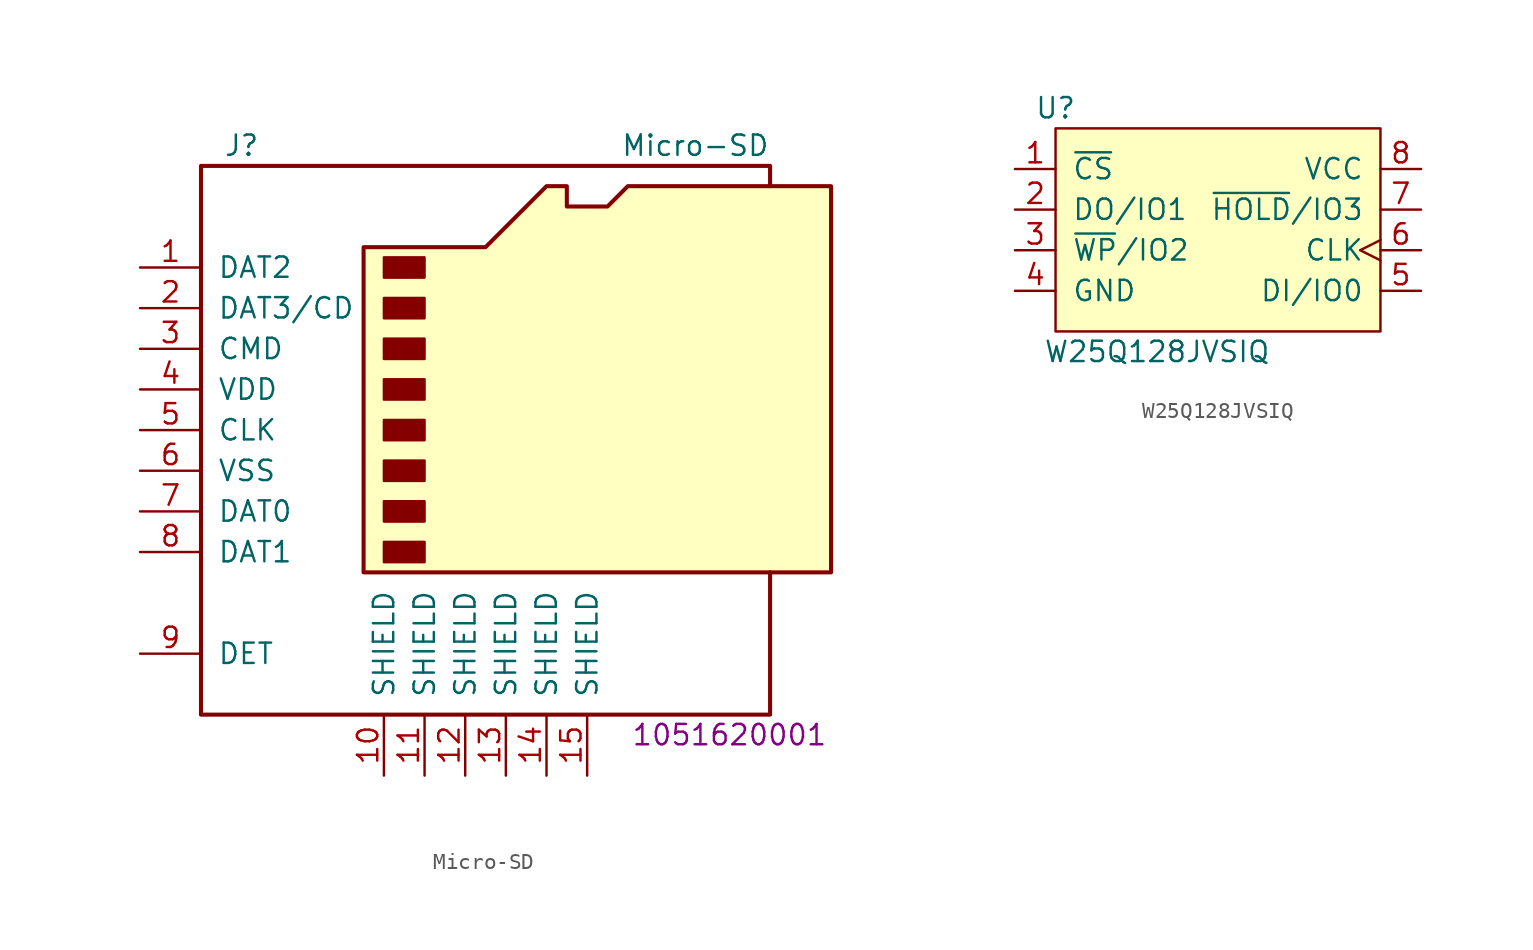
<source format=kicad_sym>
(kicad_symbol_lib
  (version 20211014)
  (generator kicad_symbol_editor)
  (symbol "Micro-SD"
    (pin_names
      (offset 1.016))
    (property "Reference" "J"
      (at -16.51 17.78 0)
      (effects (font (size 1.27 1.27))))
    (property "Value" "Micro-SD"
      (at 16.51 17.78 0)
      (effects (font (size 1.27 1.27)) (justify right)))
    (property "PartNumber" "1051620001"
      (at 13.97 -19.05 0)
      (effects (font (size 1.27 1.27))))
    (symbol "Micro-SD_0_1"
      (rectangle (start -7.62 -6.985) (end -5.08 -8.255) (stroke (width 0) (type default) (color 0 0 0 0)) (fill (type outline)))
      (rectangle (start -7.62 -4.445) (end -5.08 -5.715) (stroke (width 0) (type default) (color 0 0 0 0)) (fill (type outline)))
      (rectangle (start -7.62 -1.905) (end -5.08 -3.175) (stroke (width 0) (type default) (color 0 0 0 0)) (fill (type outline)))
      (rectangle (start -7.62 0.635) (end -5.08 -0.635) (stroke (width 0) (type default) (color 0 0 0 0)) (fill (type outline)))
      (rectangle (start -7.62 3.175) (end -5.08 1.905) (stroke (width 0) (type default) (color 0 0 0 0)) (fill (type outline)))
      (rectangle (start -7.62 5.715) (end -5.08 4.445) (stroke (width 0) (type default) (color 0 0 0 0)) (fill (type outline)))
      (rectangle (start -7.62 8.255) (end -5.08 6.985) (stroke (width 0) (type default) (color 0 0 0 0)) (fill (type outline)))
      (rectangle (start -7.62 10.795) (end -5.08 9.525) (stroke (width 0) (type default) (color 0 0 0 0)) (fill (type outline)))
      (polyline (pts (xy 16.51 15.24) (xy 16.51 16.51) (xy -19.05 16.51) (xy -19.05 -17.78) (xy 16.51 -17.78) (xy 16.51 -8.89)) (stroke (width 0.254) (type default) (color 0 0 0 0)) (fill (type none)))
      (polyline (pts (xy -8.89 -8.89) (xy -8.89 11.43) (xy -1.27 11.43) (xy 2.54 15.24) (xy 3.81 15.24) (xy 3.81 13.97) (xy 6.35 13.97) (xy 7.62 15.24) (xy 20.32 15.24) (xy 20.32 -8.89) (xy -8.89 -8.89)) (stroke (width 0.254) (type default) (color 0 0 0 0)) (fill (type background))))
    (symbol "Micro-SD_1_1"
      (pin bidirectional line (at -22.86 10.16 0) (length 3.81) (name "DAT2" (effects (font (size 1.27 1.27)))) (number "1" (effects (font (size 1.27 1.27)))))
      (pin passive line (at -7.62 -21.59 90) (length 3.81) (name "SHIELD" (effects (font (size 1.27 1.27)))) (number "10" (effects (font (size 1.27 1.27)))))
      (pin passive line (at -5.08 -21.59 90) (length 3.81) (name "SHIELD" (effects (font (size 1.27 1.27)))) (number "11" (effects (font (size 1.27 1.27)))))
      (pin passive line (at -2.54 -21.59 90) (length 3.81) (name "SHIELD" (effects (font (size 1.27 1.27)))) (number "12" (effects (font (size 1.27 1.27)))))
      (pin passive line (at 0 -21.59 90) (length 3.81) (name "SHIELD" (effects (font (size 1.27 1.27)))) (number "13" (effects (font (size 1.27 1.27)))))
      (pin passive line (at 2.54 -21.59 90) (length 3.81) (name "SHIELD" (effects (font (size 1.27 1.27)))) (number "14" (effects (font (size 1.27 1.27)))))
      (pin passive line (at 5.08 -21.59 90) (length 3.81) (name "SHIELD" (effects (font (size 1.27 1.27)))) (number "15" (effects (font (size 1.27 1.27)))))
      (pin bidirectional line (at -22.86 7.62 0) (length 3.81) (name "DAT3/CD" (effects (font (size 1.27 1.27)))) (number "2" (effects (font (size 1.27 1.27)))))
      (pin input line (at -22.86 5.08 0) (length 3.81) (name "CMD" (effects (font (size 1.27 1.27)))) (number "3" (effects (font (size 1.27 1.27)))))
      (pin power_in line (at -22.86 2.54 0) (length 3.81) (name "VDD" (effects (font (size 1.27 1.27)))) (number "4" (effects (font (size 1.27 1.27)))))
      (pin input line (at -22.86 0 0) (length 3.81) (name "CLK" (effects (font (size 1.27 1.27)))) (number "5" (effects (font (size 1.27 1.27)))))
      (pin power_in line (at -22.86 -2.54 0) (length 3.81) (name "VSS" (effects (font (size 1.27 1.27)))) (number "6" (effects (font (size 1.27 1.27)))))
      (pin bidirectional line (at -22.86 -5.08 0) (length 3.81) (name "DAT0" (effects (font (size 1.27 1.27)))) (number "7" (effects (font (size 1.27 1.27)))))
      (pin bidirectional line (at -22.86 -7.62 0) (length 3.81) (name "DAT1" (effects (font (size 1.27 1.27)))) (number "8" (effects (font (size 1.27 1.27)))))
      (pin passive line (at -22.86 -13.97 0) (length 3.81) (name "DET" (effects (font (size 1.27 1.27)))) (number "9" (effects (font (size 1.27 1.27)))))))
  (symbol "W25Q128JVSIQ"
    (pin_names
      (offset 1.016))
    (property "Reference" "U"
      (at 0 1.27 0)
      (effects (font (size 1.27 1.27))))
    (property "Value" "W25Q128JVSIQ"
      (at 6.35 -13.97 0)
      (effects (font (size 1.27 1.27))))
    (symbol "W25Q128JVSIQ_0_1"
      (rectangle (start 0 0) (end 20.32 -12.7) (stroke (width 0) (type default) (color 0 0 0 0)) (fill (type background))))
    (symbol "W25Q128JVSIQ_1_1"
      (pin input line (at -2.54 -2.54 0) (length 2.54) (name "~{CS}" (effects (font (size 1.27 1.27)))) (number "1" (effects (font (size 1.27 1.27)))))
      (pin bidirectional line (at -2.54 -5.08 0) (length 2.54) (name "DO/IO1" (effects (font (size 1.27 1.27)))) (number "2" (effects (font (size 1.27 1.27)))))
      (pin bidirectional line (at -2.54 -7.62 0) (length 2.54) (name "~{WP}/IO2" (effects (font (size 1.27 1.27)))) (number "3" (effects (font (size 1.27 1.27)))))
      (pin power_in line (at -2.54 -10.16 0) (length 2.54) (name "GND" (effects (font (size 1.27 1.27)))) (number "4" (effects (font (size 1.27 1.27)))))
      (pin bidirectional line (at 22.86 -10.16 180) (length 2.54) (name "DI/IO0" (effects (font (size 1.27 1.27)))) (number "5" (effects (font (size 1.27 1.27)))))
      (pin input clock (at 22.86 -7.62 180) (length 2.54) (name "CLK" (effects (font (size 1.27 1.27)))) (number "6" (effects (font (size 1.27 1.27)))))
      (pin bidirectional line (at 22.86 -5.08 180) (length 2.54) (name "~{HOLD}/IO3" (effects (font (size 1.27 1.27)))) (number "7" (effects (font (size 1.27 1.27)))))
      (pin power_in line (at 22.86 -2.54 180) (length 2.54) (name "VCC" (effects (font (size 1.27 1.27)))) (number "8" (effects (font (size 1.27 1.27))))))))
</source>
